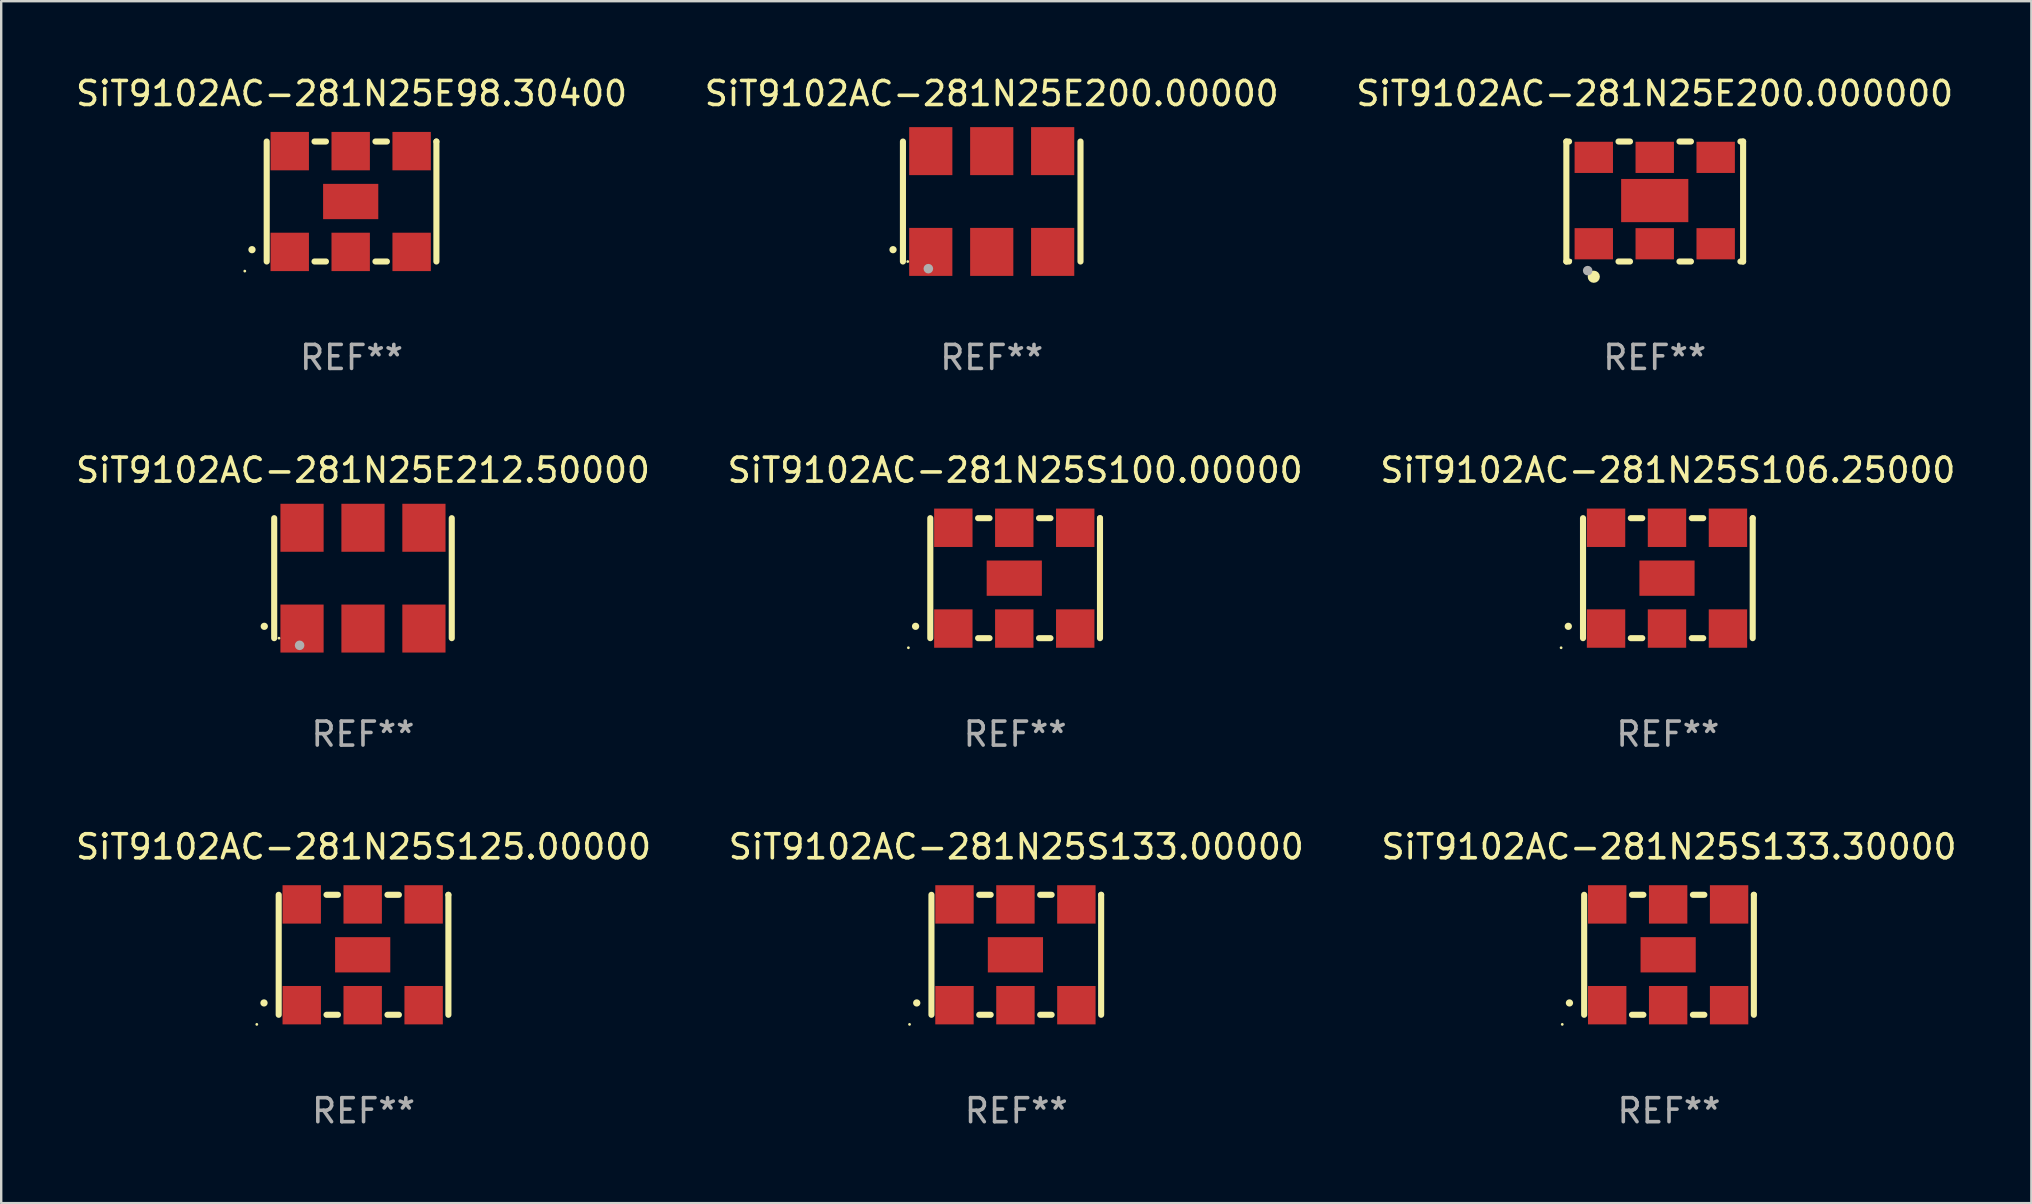
<source format=kicad_pcb>
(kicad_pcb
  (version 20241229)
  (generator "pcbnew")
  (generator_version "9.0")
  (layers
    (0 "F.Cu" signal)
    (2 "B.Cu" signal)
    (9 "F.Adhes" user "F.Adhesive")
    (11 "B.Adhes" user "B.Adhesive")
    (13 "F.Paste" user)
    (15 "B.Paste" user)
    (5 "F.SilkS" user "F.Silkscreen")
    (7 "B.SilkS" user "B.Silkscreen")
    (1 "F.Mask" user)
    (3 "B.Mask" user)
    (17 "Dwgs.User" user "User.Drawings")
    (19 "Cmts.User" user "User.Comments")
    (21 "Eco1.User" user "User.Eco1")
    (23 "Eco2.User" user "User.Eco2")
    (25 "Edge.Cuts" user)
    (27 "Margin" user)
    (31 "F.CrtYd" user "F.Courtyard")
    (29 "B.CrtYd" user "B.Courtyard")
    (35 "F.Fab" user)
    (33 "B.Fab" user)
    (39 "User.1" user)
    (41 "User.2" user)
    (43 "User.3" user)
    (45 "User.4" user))
  (footprint "SiT9102AC-281N25E212.50000"
    (layer "F.Cu")
    (at 12.077 21.045)
    (property "Reference" "SiT9102AC-281N25E212.50000" (at 0 -4.5 0) (layer "F.SilkS") (effects (font (size 1 1) (thickness 0.15))))
    (attr through_hole)
    (fp_line (start -3.7 -2.5) (end -3.7 2.5) (stroke (width 0.254) (type solid)) (layer "F.SilkS"))
    (fp_line (start 3.7 -2.5) (end 3.7 2.5) (stroke (width 0.254) (type solid)) (layer "F.SilkS"))
    (fp_arc (start -4.114415 2.006604) (mid -4.113145 2.006599) (end -4.111875 2.006604) (stroke (width 0.3) (type solid)) (layer "F.SilkS"))
    (fp_circle (center -3.5 2.501) (end -3.47 2.501) (stroke (width 0.06) (type solid)) (fill no) (layer "F.SilkS"))
    (fp_circle (center -2.641 2.799) (end -2.541 2.799) (stroke (width 0.2) (type solid)) (fill no) (layer "F.Fab"))
    (fp_text user "REF**" (at 0 6.5 0) (layer "F.Fab") (effects (font (size 1 1) (thickness 0.15))))
    (pad "1" smd rect (at -2.54 2.1) (size 1.8 2) (layers "F.Cu" "F.Mask" "F.Paste"))
    (pad "2" smd rect (at 0.000394 2.1) (size 1.8 2) (layers "F.Cu" "F.Mask" "F.Paste"))
    (pad "3" smd rect (at 2.54 2.1) (size 1.8 2) (layers "F.Cu" "F.Mask" "F.Paste"))
    (pad "4" smd rect (at 2.54 -2.1) (size 1.8 2) (layers "F.Cu" "F.Mask" "F.Paste"))
    (pad "5" smd rect (at 0.000394 -2.1) (size 1.8 2) (layers "F.Cu" "F.Mask" "F.Paste"))
    (pad "6" smd rect (at -2.54 -2.1) (size 1.8 2) (layers "F.Cu" "F.Mask" "F.Paste")))
  (footprint "SiT9102AC-281N25E200.00000"
    (layer "F.Cu")
    (at 38.28 5.348)
    (property "Reference" "SiT9102AC-281N25E200.00000" (at 0 -4.5 0) (layer "F.SilkS") (effects (font (size 1 1) (thickness 0.15))))
    (attr through_hole)
    (fp_line (start -3.7 -2.5) (end -3.7 2.5) (stroke (width 0.254) (type solid)) (layer "F.SilkS"))
    (fp_line (start 3.7 -2.5) (end 3.7 2.5) (stroke (width 0.254) (type solid)) (layer "F.SilkS"))
    (fp_arc (start -4.114415 2.006604) (mid -4.113145 2.006599) (end -4.111875 2.006604) (stroke (width 0.3) (type solid)) (layer "F.SilkS"))
    (fp_circle (center -3.5 2.501) (end -3.47 2.501) (stroke (width 0.06) (type solid)) (fill no) (layer "F.SilkS"))
    (fp_circle (center -2.641 2.799) (end -2.541 2.799) (stroke (width 0.2) (type solid)) (fill no) (layer "F.Fab"))
    (fp_text user "REF**" (at 0 6.5 0) (layer "F.Fab") (effects (font (size 1 1) (thickness 0.15))))
    (pad "1" smd rect (at -2.54 2.1) (size 1.8 2) (layers "F.Cu" "F.Mask" "F.Paste"))
    (pad "2" smd rect (at 0.000394 2.1) (size 1.8 2) (layers "F.Cu" "F.Mask" "F.Paste"))
    (pad "3" smd rect (at 2.54 2.1) (size 1.8 2) (layers "F.Cu" "F.Mask" "F.Paste"))
    (pad "4" smd rect (at 2.54 -2.1) (size 1.8 2) (layers "F.Cu" "F.Mask" "F.Paste"))
    (pad "5" smd rect (at 0.000394 -2.1) (size 1.8 2) (layers "F.Cu" "F.Mask" "F.Paste"))
    (pad "6" smd rect (at -2.54 -2.1) (size 1.8 2) (layers "F.Cu" "F.Mask" "F.Paste")))
  (footprint "SiT9102AC-281N25S133.00000"
    (layer "F.Cu")
    (at 39.304 36.741)
    (property "Reference" "SiT9102AC-281N25S133.00000" (at 0 -4.5 0) (layer "F.SilkS") (effects (font (size 1 1) (thickness 0.15))))
    (attr through_hole)
    (fp_line (start -3.536 -2.5) (end -3.536 2.5) (stroke (width 0.254) (type solid)) (layer "F.SilkS"))
    (fp_line (start -1.544 2.5) (end -1.067 2.5) (stroke (width 0.254) (type solid)) (layer "F.SilkS"))
    (fp_line (start -1.067 -2.5) (end -1.544 -2.5) (stroke (width 0.254) (type solid)) (layer "F.SilkS"))
    (fp_line (start 0.996 2.5) (end 1.473 2.5) (stroke (width 0.254) (type solid)) (layer "F.SilkS"))
    (fp_line (start 1.473 -2.5) (end 0.996 -2.5) (stroke (width 0.254) (type solid)) (layer "F.SilkS"))
    (fp_line (start 3.536 -2.5) (end 3.536 -2.5) (stroke (width 0.254) (type solid)) (layer "F.SilkS"))
    (fp_line (start 3.536 2.5) (end 3.536 -2.5) (stroke (width 0.254) (type solid)) (layer "F.SilkS"))
    (fp_arc (start -4.150432 2.006604) (mid -4.149162 2.006599) (end -4.147892 2.006604) (stroke (width 0.3) (type solid)) (layer "F.SilkS"))
    (fp_circle (center -4.449 2.9) (end -4.419 2.9) (stroke (width 0.06) (type solid)) (fill no) (layer "F.SilkS"))
    (fp_text user "REF**" (at 0 6.5 0) (layer "F.Fab") (effects (font (size 1 1) (thickness 0.15))))
    (pad "1" smd rect (at -2.576 2.1) (size 1.6 1.6) (layers "F.Cu" "F.Mask" "F.Paste"))
    (pad "2" smd rect (at -0.036 2.1) (size 1.6 1.6) (layers "F.Cu" "F.Mask" "F.Paste"))
    (pad "3" smd rect (at 2.504 2.1) (size 1.6 1.6) (layers "F.Cu" "F.Mask" "F.Paste"))
    (pad "4" smd rect (at 2.504 -2.1) (size 1.6 1.6) (layers "F.Cu" "F.Mask" "F.Paste"))
    (pad "5" smd rect (at -0.036 -2.1) (size 1.6 1.6) (layers "F.Cu" "F.Mask" "F.Paste"))
    (pad "6" smd rect (at -2.576 -2.1) (size 1.6 1.6) (layers "F.Cu" "F.Mask" "F.Paste"))
    (pad "7" smd rect (at -0.036 0) (size 2.3 1.47) (layers "F.Cu" "F.Mask" "F.Paste")))
  (footprint "SiT9102AC-281N25E98.30400"
    (layer "F.Cu")
    (at 11.601 5.348)
    (property "Reference" "SiT9102AC-281N25E98.30400" (at 0 -4.5 0) (layer "F.SilkS") (effects (font (size 1 1) (thickness 0.15))))
    (attr through_hole)
    (fp_line (start -3.536 -2.5) (end -3.536 2.5) (stroke (width 0.254) (type solid)) (layer "F.SilkS"))
    (fp_line (start -1.544 2.5) (end -1.067 2.5) (stroke (width 0.254) (type solid)) (layer "F.SilkS"))
    (fp_line (start -1.067 -2.5) (end -1.544 -2.5) (stroke (width 0.254) (type solid)) (layer "F.SilkS"))
    (fp_line (start 0.996 2.5) (end 1.473 2.5) (stroke (width 0.254) (type solid)) (layer "F.SilkS"))
    (fp_line (start 1.473 -2.5) (end 0.996 -2.5) (stroke (width 0.254) (type solid)) (layer "F.SilkS"))
    (fp_line (start 3.536 -2.5) (end 3.536 -2.5) (stroke (width 0.254) (type solid)) (layer "F.SilkS"))
    (fp_line (start 3.536 2.5) (end 3.536 -2.5) (stroke (width 0.254) (type solid)) (layer "F.SilkS"))
    (fp_arc (start -4.150432 2.006604) (mid -4.149162 2.006599) (end -4.147892 2.006604) (stroke (width 0.3) (type solid)) (layer "F.SilkS"))
    (fp_circle (center -4.449 2.9) (end -4.419 2.9) (stroke (width 0.06) (type solid)) (fill no) (layer "F.SilkS"))
    (fp_text user "REF**" (at 0 6.5 0) (layer "F.Fab") (effects (font (size 1 1) (thickness 0.15))))
    (pad "1" smd rect (at -2.576 2.1) (size 1.6 1.6) (layers "F.Cu" "F.Mask" "F.Paste"))
    (pad "2" smd rect (at -0.036 2.1) (size 1.6 1.6) (layers "F.Cu" "F.Mask" "F.Paste"))
    (pad "3" smd rect (at 2.504 2.1) (size 1.6 1.6) (layers "F.Cu" "F.Mask" "F.Paste"))
    (pad "4" smd rect (at 2.504 -2.1) (size 1.6 1.6) (layers "F.Cu" "F.Mask" "F.Paste"))
    (pad "5" smd rect (at -0.036 -2.1) (size 1.6 1.6) (layers "F.Cu" "F.Mask" "F.Paste"))
    (pad "6" smd rect (at -2.576 -2.1) (size 1.6 1.6) (layers "F.Cu" "F.Mask" "F.Paste"))
    (pad "7" smd rect (at -0.036 0) (size 2.3 1.47) (layers "F.Cu" "F.Mask" "F.Paste")))
  (footprint "SiT9102AC-281N25S100.00000"
    (layer "F.Cu")
    (at 39.256 21.045)
    (property "Reference" "SiT9102AC-281N25S100.00000" (at 0 -4.5 0) (layer "F.SilkS") (effects (font (size 1 1) (thickness 0.15))))
    (attr through_hole)
    (fp_line (start -3.536 -2.5) (end -3.536 2.5) (stroke (width 0.254) (type solid)) (layer "F.SilkS"))
    (fp_line (start -1.544 2.5) (end -1.067 2.5) (stroke (width 0.254) (type solid)) (layer "F.SilkS"))
    (fp_line (start -1.067 -2.5) (end -1.544 -2.5) (stroke (width 0.254) (type solid)) (layer "F.SilkS"))
    (fp_line (start 0.996 2.5) (end 1.473 2.5) (stroke (width 0.254) (type solid)) (layer "F.SilkS"))
    (fp_line (start 1.473 -2.5) (end 0.996 -2.5) (stroke (width 0.254) (type solid)) (layer "F.SilkS"))
    (fp_line (start 3.536 -2.5) (end 3.536 -2.5) (stroke (width 0.254) (type solid)) (layer "F.SilkS"))
    (fp_line (start 3.536 2.5) (end 3.536 -2.5) (stroke (width 0.254) (type solid)) (layer "F.SilkS"))
    (fp_arc (start -4.150432 2.006604) (mid -4.149162 2.006599) (end -4.147892 2.006604) (stroke (width 0.3) (type solid)) (layer "F.SilkS"))
    (fp_circle (center -4.449 2.9) (end -4.419 2.9) (stroke (width 0.06) (type solid)) (fill no) (layer "F.SilkS"))
    (fp_text user "REF**" (at 0 6.5 0) (layer "F.Fab") (effects (font (size 1 1) (thickness 0.15))))
    (pad "1" smd rect (at -2.576 2.1) (size 1.6 1.6) (layers "F.Cu" "F.Mask" "F.Paste"))
    (pad "2" smd rect (at -0.036 2.1) (size 1.6 1.6) (layers "F.Cu" "F.Mask" "F.Paste"))
    (pad "3" smd rect (at 2.504 2.1) (size 1.6 1.6) (layers "F.Cu" "F.Mask" "F.Paste"))
    (pad "4" smd rect (at 2.504 -2.1) (size 1.6 1.6) (layers "F.Cu" "F.Mask" "F.Paste"))
    (pad "5" smd rect (at -0.036 -2.1) (size 1.6 1.6) (layers "F.Cu" "F.Mask" "F.Paste"))
    (pad "6" smd rect (at -2.576 -2.1) (size 1.6 1.6) (layers "F.Cu" "F.Mask" "F.Paste"))
    (pad "7" smd rect (at -0.036 0) (size 2.3 1.47) (layers "F.Cu" "F.Mask" "F.Paste")))
  (footprint "SiT9102AC-281N25S125.00000"
    (layer "F.Cu")
    (at 12.101 36.741)
    (property "Reference" "SiT9102AC-281N25S125.00000" (at 0 -4.5 0) (layer "F.SilkS") (effects (font (size 1 1) (thickness 0.15))))
    (attr through_hole)
    (fp_line (start -3.536 -2.5) (end -3.536 2.5) (stroke (width 0.254) (type solid)) (layer "F.SilkS"))
    (fp_line (start -1.544 2.5) (end -1.067 2.5) (stroke (width 0.254) (type solid)) (layer "F.SilkS"))
    (fp_line (start -1.067 -2.5) (end -1.544 -2.5) (stroke (width 0.254) (type solid)) (layer "F.SilkS"))
    (fp_line (start 0.996 2.5) (end 1.473 2.5) (stroke (width 0.254) (type solid)) (layer "F.SilkS"))
    (fp_line (start 1.473 -2.5) (end 0.996 -2.5) (stroke (width 0.254) (type solid)) (layer "F.SilkS"))
    (fp_line (start 3.536 -2.5) (end 3.536 -2.5) (stroke (width 0.254) (type solid)) (layer "F.SilkS"))
    (fp_line (start 3.536 2.5) (end 3.536 -2.5) (stroke (width 0.254) (type solid)) (layer "F.SilkS"))
    (fp_arc (start -4.150432 2.006604) (mid -4.149162 2.006599) (end -4.147892 2.006604) (stroke (width 0.3) (type solid)) (layer "F.SilkS"))
    (fp_circle (center -4.449 2.9) (end -4.419 2.9) (stroke (width 0.06) (type solid)) (fill no) (layer "F.SilkS"))
    (fp_text user "REF**" (at 0 6.5 0) (layer "F.Fab") (effects (font (size 1 1) (thickness 0.15))))
    (pad "1" smd rect (at -2.576 2.1) (size 1.6 1.6) (layers "F.Cu" "F.Mask" "F.Paste"))
    (pad "2" smd rect (at -0.036 2.1) (size 1.6 1.6) (layers "F.Cu" "F.Mask" "F.Paste"))
    (pad "3" smd rect (at 2.504 2.1) (size 1.6 1.6) (layers "F.Cu" "F.Mask" "F.Paste"))
    (pad "4" smd rect (at 2.504 -2.1) (size 1.6 1.6) (layers "F.Cu" "F.Mask" "F.Paste"))
    (pad "5" smd rect (at -0.036 -2.1) (size 1.6 1.6) (layers "F.Cu" "F.Mask" "F.Paste"))
    (pad "6" smd rect (at -2.576 -2.1) (size 1.6 1.6) (layers "F.Cu" "F.Mask" "F.Paste"))
    (pad "7" smd rect (at -0.036 0) (size 2.3 1.47) (layers "F.Cu" "F.Mask" "F.Paste")))
  (footprint "SiT9102AC-281N25S106.25000"
    (layer "F.Cu")
    (at 66.458 21.045)
    (property "Reference" "SiT9102AC-281N25S106.25000" (at 0 -4.5 0) (layer "F.SilkS") (effects (font (size 1 1) (thickness 0.15))))
    (attr through_hole)
    (fp_line (start -3.536 -2.5) (end -3.536 2.5) (stroke (width 0.254) (type solid)) (layer "F.SilkS"))
    (fp_line (start -1.544 2.5) (end -1.067 2.5) (stroke (width 0.254) (type solid)) (layer "F.SilkS"))
    (fp_line (start -1.067 -2.5) (end -1.544 -2.5) (stroke (width 0.254) (type solid)) (layer "F.SilkS"))
    (fp_line (start 0.996 2.5) (end 1.473 2.5) (stroke (width 0.254) (type solid)) (layer "F.SilkS"))
    (fp_line (start 1.473 -2.5) (end 0.996 -2.5) (stroke (width 0.254) (type solid)) (layer "F.SilkS"))
    (fp_line (start 3.536 -2.5) (end 3.536 -2.5) (stroke (width 0.254) (type solid)) (layer "F.SilkS"))
    (fp_line (start 3.536 2.5) (end 3.536 -2.5) (stroke (width 0.254) (type solid)) (layer "F.SilkS"))
    (fp_arc (start -4.150432 2.006604) (mid -4.149162 2.006599) (end -4.147892 2.006604) (stroke (width 0.3) (type solid)) (layer "F.SilkS"))
    (fp_circle (center -4.449 2.9) (end -4.419 2.9) (stroke (width 0.06) (type solid)) (fill no) (layer "F.SilkS"))
    (fp_text user "REF**" (at 0 6.5 0) (layer "F.Fab") (effects (font (size 1 1) (thickness 0.15))))
    (pad "1" smd rect (at -2.576 2.1) (size 1.6 1.6) (layers "F.Cu" "F.Mask" "F.Paste"))
    (pad "2" smd rect (at -0.036 2.1) (size 1.6 1.6) (layers "F.Cu" "F.Mask" "F.Paste"))
    (pad "3" smd rect (at 2.504 2.1) (size 1.6 1.6) (layers "F.Cu" "F.Mask" "F.Paste"))
    (pad "4" smd rect (at 2.504 -2.1) (size 1.6 1.6) (layers "F.Cu" "F.Mask" "F.Paste"))
    (pad "5" smd rect (at -0.036 -2.1) (size 1.6 1.6) (layers "F.Cu" "F.Mask" "F.Paste"))
    (pad "6" smd rect (at -2.576 -2.1) (size 1.6 1.6) (layers "F.Cu" "F.Mask" "F.Paste"))
    (pad "7" smd rect (at -0.036 0) (size 2.3 1.47) (layers "F.Cu" "F.Mask" "F.Paste")))
  (footprint "SiT9102AC-281N25E200.000000"
    (layer "F.Cu")
    (at 65.911 5.348)
    (property "Reference" "SiT9102AC-281N25E200.000000" (at 0 -4.5 0) (layer "F.SilkS") (effects (font (size 1 1) (thickness 0.15))))
    (attr through_hole)
    (fp_line (start -3.683 -2.5) (end -3.571 -2.5) (stroke (width 0.254) (type solid)) (layer "F.SilkS"))
    (fp_line (start -3.683 2.5) (end -3.683 -2.5) (stroke (width 0.254) (type solid)) (layer "F.SilkS"))
    (fp_line (start -3.683 2.5) (end -3.571 2.5) (stroke (width 0.254) (type solid)) (layer "F.SilkS"))
    (fp_line (start -1.509 -2.5) (end -1.031 -2.5) (stroke (width 0.254) (type solid)) (layer "F.SilkS"))
    (fp_line (start -1.509 2.5) (end -1.031 2.5) (stroke (width 0.254) (type solid)) (layer "F.SilkS"))
    (fp_line (start 1.031 -2.5) (end 1.509 -2.5) (stroke (width 0.254) (type solid)) (layer "F.SilkS"))
    (fp_line (start 1.031 2.5) (end 1.509 2.5) (stroke (width 0.254) (type solid)) (layer "F.SilkS"))
    (fp_line (start 3.571 -2.5) (end 3.683 -2.5) (stroke (width 0.254) (type solid)) (layer "F.SilkS"))
    (fp_line (start 3.571 2.5) (end 3.683 2.5) (stroke (width 0.254) (type solid)) (layer "F.SilkS"))
    (fp_line (start 3.683 2.5) (end 3.683 -2.5) (stroke (width 0.254) (type solid)) (layer "F.SilkS"))
    (fp_circle (center -3.5 2.46) (end -3.47 2.46) (stroke (width 0.06) (type solid)) (fill no) (layer "F.SilkS"))
    (fp_circle (center -2.54 3.135) (end -2.413 3.135) (stroke (width 0.254) (type solid)) (fill no) (layer "F.SilkS"))
    (fp_circle (center -2.794 2.881) (end -2.694 2.881) (stroke (width 0.2) (type solid)) (fill no) (layer "F.Fab"))
    (fp_text user "REF**" (at 0 6.5 0) (layer "F.Fab") (effects (font (size 1 1) (thickness 0.15))))
    (pad "1" smd rect (at -2.54 1.76) (size 1.6 1.3) (layers "F.Cu" "F.Mask" "F.Paste"))
    (pad "2" smd rect (at 0 1.76) (size 1.6 1.3) (layers "F.Cu" "F.Mask" "F.Paste"))
    (pad "3" smd rect (at 2.54 1.76) (size 1.6 1.3) (layers "F.Cu" "F.Mask" "F.Paste"))
    (pad "4" smd rect (at 2.54 -1.84) (size 1.6 1.3) (layers "F.Cu" "F.Mask" "F.Paste"))
    (pad "5" smd rect (at 0 -1.84) (size 1.6 1.3) (layers "F.Cu" "F.Mask" "F.Paste"))
    (pad "6" smd rect (at -2.54 -1.84) (size 1.6 1.3) (layers "F.Cu" "F.Mask" "F.Paste"))
    (pad "7" smd rect (at 0 -0.04) (size 2.8 1.8) (layers "F.Cu" "F.Mask" "F.Paste")))
  (footprint "SiT9102AC-281N25S133.30000"
    (layer "F.Cu")
    (at 66.506 36.741)
    (property "Reference" "SiT9102AC-281N25S133.30000" (at 0 -4.5 0) (layer "F.SilkS") (effects (font (size 1 1) (thickness 0.15))))
    (attr through_hole)
    (fp_line (start -3.536 -2.5) (end -3.536 2.5) (stroke (width 0.254) (type solid)) (layer "F.SilkS"))
    (fp_line (start -1.544 2.5) (end -1.067 2.5) (stroke (width 0.254) (type solid)) (layer "F.SilkS"))
    (fp_line (start -1.067 -2.5) (end -1.544 -2.5) (stroke (width 0.254) (type solid)) (layer "F.SilkS"))
    (fp_line (start 0.996 2.5) (end 1.473 2.5) (stroke (width 0.254) (type solid)) (layer "F.SilkS"))
    (fp_line (start 1.473 -2.5) (end 0.996 -2.5) (stroke (width 0.254) (type solid)) (layer "F.SilkS"))
    (fp_line (start 3.536 -2.5) (end 3.536 -2.5) (stroke (width 0.254) (type solid)) (layer "F.SilkS"))
    (fp_line (start 3.536 2.5) (end 3.536 -2.5) (stroke (width 0.254) (type solid)) (layer "F.SilkS"))
    (fp_arc (start -4.150432 2.006604) (mid -4.149162 2.006599) (end -4.147892 2.006604) (stroke (width 0.3) (type solid)) (layer "F.SilkS"))
    (fp_circle (center -4.449 2.9) (end -4.419 2.9) (stroke (width 0.06) (type solid)) (fill no) (layer "F.SilkS"))
    (fp_text user "REF**" (at 0 6.5 0) (layer "F.Fab") (effects (font (size 1 1) (thickness 0.15))))
    (pad "1" smd rect (at -2.576 2.1) (size 1.6 1.6) (layers "F.Cu" "F.Mask" "F.Paste"))
    (pad "2" smd rect (at -0.036 2.1) (size 1.6 1.6) (layers "F.Cu" "F.Mask" "F.Paste"))
    (pad "3" smd rect (at 2.504 2.1) (size 1.6 1.6) (layers "F.Cu" "F.Mask" "F.Paste"))
    (pad "4" smd rect (at 2.504 -2.1) (size 1.6 1.6) (layers "F.Cu" "F.Mask" "F.Paste"))
    (pad "5" smd rect (at -0.036 -2.1) (size 1.6 1.6) (layers "F.Cu" "F.Mask" "F.Paste"))
    (pad "6" smd rect (at -2.576 -2.1) (size 1.6 1.6) (layers "F.Cu" "F.Mask" "F.Paste"))
    (pad "7" smd rect (at -0.036 0) (size 2.3 1.47) (layers "F.Cu" "F.Mask" "F.Paste")))
  (gr_rect
    (start -3 -3)
    (end 81.607 47.09)
    (stroke (width 0.1) (type default))
    (fill no)
    (layer "Edge.Cuts")))
</source>
